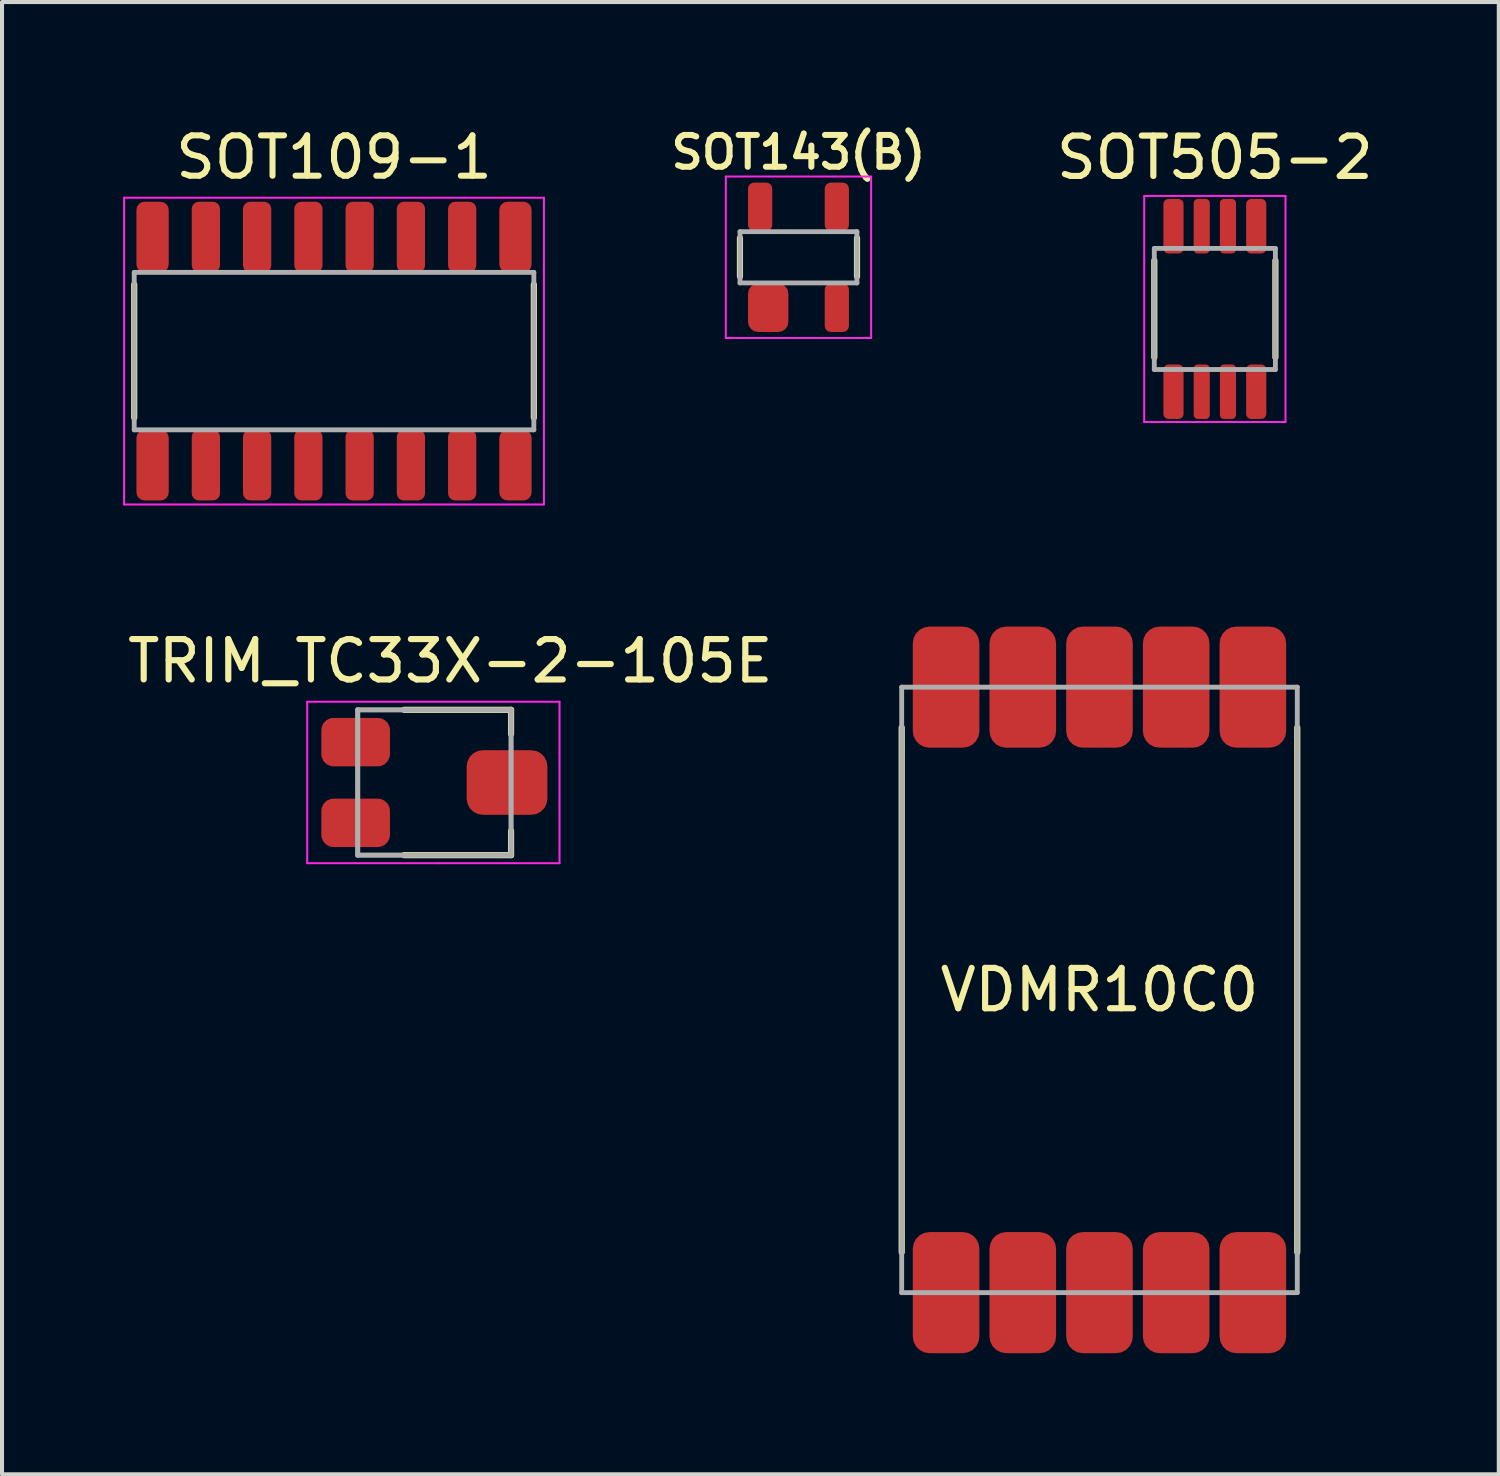
<source format=kicad_pcb>
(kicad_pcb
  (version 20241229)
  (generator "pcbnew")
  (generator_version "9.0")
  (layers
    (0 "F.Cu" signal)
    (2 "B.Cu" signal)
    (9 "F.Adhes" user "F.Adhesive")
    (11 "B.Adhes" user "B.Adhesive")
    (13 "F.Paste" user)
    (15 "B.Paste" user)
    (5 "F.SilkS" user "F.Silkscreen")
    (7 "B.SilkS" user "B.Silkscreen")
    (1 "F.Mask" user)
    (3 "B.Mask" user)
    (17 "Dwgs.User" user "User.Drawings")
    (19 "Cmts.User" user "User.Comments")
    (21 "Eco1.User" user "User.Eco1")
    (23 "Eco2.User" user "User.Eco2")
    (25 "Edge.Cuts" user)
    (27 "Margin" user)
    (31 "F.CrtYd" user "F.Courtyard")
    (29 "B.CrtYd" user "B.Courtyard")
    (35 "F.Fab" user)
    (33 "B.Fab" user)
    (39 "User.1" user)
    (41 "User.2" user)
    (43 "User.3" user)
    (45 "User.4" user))
  (footprint "TRIM_TC33X-2-105E"
    (layer "F.Cu")
    (at 7.811 16.335)
    (property "Reference" "TRIM_TC33X-2-105E" (at 0.294 -3.008 0) (layer "F.SilkS") (effects (font (size 1 1) (thickness 0.153))))
    (attr through_hole)
    (fp_line (start -0.85 -1.8) (end 1.8 -1.8) (stroke (width 0.153) (type solid)) (layer "F.SilkS"))
    (fp_line (start -0.85 1.8) (end 1.8 1.8) (stroke (width 0.153) (type solid)) (layer "F.SilkS"))
    (fp_line (start 1.8 -1.8) (end 1.8 -1.2) (stroke (width 0.153) (type solid)) (layer "F.SilkS"))
    (fp_line (start 1.8 1.8) (end 1.8 1.2) (stroke (width 0.153) (type solid)) (layer "F.SilkS"))
    (fp_line (start -3.25 -2) (end -3.25 2) (stroke (width 0.05) (type solid)) (layer "F.CrtYd"))
    (fp_line (start -3.25 2) (end 0 2) (stroke (width 0.05) (type solid)) (layer "F.CrtYd"))
    (fp_line (start 0 2) (end 3 2) (stroke (width 0.05) (type solid)) (layer "F.CrtYd"))
    (fp_line (start 3 -2) (end -3.25 -2) (stroke (width 0.05) (type solid)) (layer "F.CrtYd"))
    (fp_line (start 3 2) (end 3 -2) (stroke (width 0.05) (type solid)) (layer "F.CrtYd"))
    (fp_line (start -2 -1.8) (end 1.8 -1.8) (stroke (width 0.127) (type solid)) (layer "F.Fab"))
    (fp_line (start -2 1.8) (end -2 -1.8) (stroke (width 0.127) (type solid)) (layer "F.Fab"))
    (fp_line (start 1.8 -1.8) (end 1.8 1.8) (stroke (width 0.127) (type solid)) (layer "F.Fab"))
    (fp_line (start 1.8 1.8) (end -2 1.8) (stroke (width 0.127) (type solid)) (layer "F.Fab"))
    (pad "1" smd roundrect (at -2.05 -1) (size 1.7 1.2) (layers "F.Cu" "F.Mask" "F.Paste") (roundrect_rratio 0.25))
    (pad "2" smd roundrect (at 1.7 0 180) (size 2 1.6) (layers "F.Cu" "F.Mask" "F.Paste") (roundrect_rratio 0.25))
    (pad "3" smd roundrect (at -2.05 1) (size 1.7 1.2) (layers "F.Cu" "F.Mask" "F.Paste") (roundrect_rratio 0.25)))
  (footprint "SOT143(B)"
    (layer "F.Cu")
    (at 16.731 3.324)
    (property "Reference" "SOT143(B)" (at 0 -2.6 0) (layer "F.SilkS") (effects (font (size 0.788 0.788) (thickness 0.15))))
    (attr through_hole)
    (fp_line (start -1.45 -0.475) (end -1.45 0.475) (stroke (width 0.153) (type solid)) (layer "F.SilkS"))
    (fp_line (start 1.45 -0.475) (end 1.45 0.475) (stroke (width 0.153) (type solid)) (layer "F.SilkS"))
    (fp_line (start -1.8 -2) (end -1.8 2) (stroke (width 0.05) (type solid)) (layer "F.CrtYd"))
    (fp_line (start -1.8 2) (end -1.6 2) (stroke (width 0.05) (type solid)) (layer "F.CrtYd"))
    (fp_line (start -1.6 2) (end 1.8 2) (stroke (width 0.05) (type solid)) (layer "F.CrtYd"))
    (fp_line (start 1.8 -2) (end -1.8 -2) (stroke (width 0.05) (type solid)) (layer "F.CrtYd"))
    (fp_line (start 1.8 2) (end 1.8 -2) (stroke (width 0.05) (type solid)) (layer "F.CrtYd"))
    (fp_line (start -1.448 -0.635) (end 1.448 -0.635) (stroke (width 0.12) (type solid)) (layer "F.Fab"))
    (fp_line (start -1.448 0.635) (end -1.448 -0.635) (stroke (width 0.12) (type solid)) (layer "F.Fab"))
    (fp_line (start -1.448 0.635) (end 1.448 0.635) (stroke (width 0.12) (type solid)) (layer "F.Fab"))
    (fp_line (start 1.448 0.635) (end 1.448 -0.635) (stroke (width 0.12) (type solid)) (layer "F.Fab"))
    (pad "1" smd roundrect (at -0.75 1.25) (size 1 1.2) (layers "F.Cu" "F.Mask" "F.Paste") (roundrect_rratio 0.25))
    (pad "2" smd roundrect (at 0.95 1.25) (size 0.6 1.2) (layers "F.Cu" "F.Mask" "F.Paste") (roundrect_rratio 0.25))
    (pad "3" smd roundrect (at 0.95 -1.25) (size 0.6 1.2) (layers "F.Cu" "F.Mask" "F.Paste") (roundrect_rratio 0.25))
    (pad "4" smd roundrect (at -0.95 -1.25) (size 0.6 1.2) (layers "F.Cu" "F.Mask" "F.Paste") (roundrect_rratio 0.25)))
  (footprint "VDMR10C0"
    (layer "F.Cu")
    (at 24.188 21.473)
    (property "Reference" "VDMR10C0" (at 0 0 0) (layer "F.SilkS") (effects (font (size 1 1) (thickness 0.153))))
    (attr through_hole)
    (fp_line (start -4.9 -6.5) (end -4.9 6.5) (stroke (width 0.153) (type solid)) (layer "F.SilkS"))
    (fp_line (start 4.9 -6.5) (end 4.9 6.5) (stroke (width 0.153) (type solid)) (layer "F.SilkS"))
    (fp_line (start -4.9 -7.5) (end -4.9 7.5) (stroke (width 0.12) (type solid)) (layer "F.Fab"))
    (fp_line (start -4.9 -7.5) (end 4.9 -7.5) (stroke (width 0.12) (type solid)) (layer "F.Fab"))
    (fp_line (start 4.9 -7.5) (end 4.9 7.5) (stroke (width 0.12) (type solid)) (layer "F.Fab"))
    (fp_line (start 4.9 7.5) (end -4.9 7.5) (stroke (width 0.12) (type solid)) (layer "F.Fab"))
    (pad "1" smd roundrect (at -3.8 7.5) (size 1.65 3) (layers "F.Cu" "F.Mask" "F.Paste") (roundrect_rratio 0.25))
    (pad "2" smd roundrect (at -1.9 7.5) (size 1.65 3) (layers "F.Cu" "F.Mask" "F.Paste") (roundrect_rratio 0.25))
    (pad "3" smd roundrect (at 0 7.5) (size 1.65 3) (layers "F.Cu" "F.Mask" "F.Paste") (roundrect_rratio 0.25))
    (pad "4" smd roundrect (at 1.9 7.5) (size 1.65 3) (layers "F.Cu" "F.Mask" "F.Paste") (roundrect_rratio 0.25))
    (pad "5" smd roundrect (at 3.8 7.5) (size 1.65 3) (layers "F.Cu" "F.Mask" "F.Paste") (roundrect_rratio 0.25))
    (pad "6" smd roundrect (at 3.8 -7.5) (size 1.65 3) (layers "F.Cu" "F.Mask" "F.Paste") (roundrect_rratio 0.25))
    (pad "7" smd roundrect (at 1.9 -7.5) (size 1.65 3) (layers "F.Cu" "F.Mask" "F.Paste") (roundrect_rratio 0.25))
    (pad "8" smd roundrect (at 0 -7.5) (size 1.65 3) (layers "F.Cu" "F.Mask" "F.Paste") (roundrect_rratio 0.25))
    (pad "9" smd roundrect (at -1.9 -7.5) (size 1.65 3) (layers "F.Cu" "F.Mask" "F.Paste") (roundrect_rratio 0.25))
    (pad "10" smd roundrect (at -3.8 -7.5) (size 1.65 3) (layers "F.Cu" "F.Mask" "F.Paste") (roundrect_rratio 0.25)))
  (footprint "SOT505-2"
    (layer "F.Cu")
    (at 27.046 4.604)
    (property "Reference" "SOT505-2" (at 0 -3.75 0) (layer "F.SilkS") (effects (font (size 1 1) (thickness 0.153))))
    (attr through_hole)
    (fp_line (start -1.5 -1.2) (end -1.5 1.2) (stroke (width 0.153) (type solid)) (layer "F.SilkS"))
    (fp_line (start 1.5 -1.2) (end 1.5 1.2) (stroke (width 0.153) (type solid)) (layer "F.SilkS"))
    (fp_line (start -1.75 -2.8) (end -1.75 2.8) (stroke (width 0.05) (type solid)) (layer "F.CrtYd"))
    (fp_line (start -1.75 -2.8) (end 1.75 -2.8) (stroke (width 0.05) (type solid)) (layer "F.CrtYd"))
    (fp_line (start 1.75 2.8) (end -1.75 2.8) (stroke (width 0.05) (type solid)) (layer "F.CrtYd"))
    (fp_line (start 1.75 2.8) (end 1.75 -2.8) (stroke (width 0.05) (type solid)) (layer "F.CrtYd"))
    (fp_line (start -1.5 -1.5) (end -1.5 1.5) (stroke (width 0.12) (type solid)) (layer "F.Fab"))
    (fp_line (start -1.5 1.5) (end 1.5 1.5) (stroke (width 0.12) (type solid)) (layer "F.Fab"))
    (fp_line (start 1.5 -1.5) (end -1.5 -1.5) (stroke (width 0.12) (type solid)) (layer "F.Fab"))
    (fp_line (start 1.5 1.5) (end 1.5 -1.5) (stroke (width 0.12) (type solid)) (layer "F.Fab"))
    (pad "1" smd roundrect (at -1.025 2.05 180) (size 0.5 1.35) (layers "F.Cu" "F.Mask" "F.Paste") (roundrect_rratio 0.25))
    (pad "2" smd roundrect (at -0.325 2.05 180) (size 0.4 1.35) (layers "F.Cu" "F.Mask" "F.Paste") (roundrect_rratio 0.25))
    (pad "3" smd roundrect (at 0.325 2.05 180) (size 0.4 1.35) (layers "F.Cu" "F.Mask" "F.Paste") (roundrect_rratio 0.25))
    (pad "4" smd roundrect (at 1.025 2.05 180) (size 0.5 1.35) (layers "F.Cu" "F.Mask" "F.Paste") (roundrect_rratio 0.25))
    (pad "5" smd roundrect (at 1.025 -2.05 180) (size 0.5 1.35) (layers "F.Cu" "F.Mask" "F.Paste") (roundrect_rratio 0.25))
    (pad "6" smd roundrect (at 0.325 -2.05 180) (size 0.4 1.35) (layers "F.Cu" "F.Mask" "F.Paste") (roundrect_rratio 0.25))
    (pad "7" smd roundrect (at -0.325 -2.05 180) (size 0.4 1.35) (layers "F.Cu" "F.Mask" "F.Paste") (roundrect_rratio 0.25))
    (pad "8" smd roundrect (at -1.025 -2.05 180) (size 0.5 1.35) (layers "F.Cu" "F.Mask" "F.Paste") (roundrect_rratio 0.25)))
  (footprint "SOT109-1"
    (layer "F.Cu")
    (at 5.225 5.648)
    (property "Reference" "SOT109-1" (at 0 -4.8 0) (layer "F.SilkS") (effects (font (size 1 1) (thickness 0.15))))
    (attr through_hole)
    (fp_line (start -4.95 -1.65) (end -4.95 1.65) (stroke (width 0.153) (type solid)) (layer "F.SilkS"))
    (fp_line (start 4.95 1.65) (end 4.95 -1.65) (stroke (width 0.153) (type solid)) (layer "F.SilkS"))
    (fp_line (start -5.2 -3.8) (end 5.2 -3.8) (stroke (width 0.05) (type solid)) (layer "F.CrtYd"))
    (fp_line (start -5.2 3.8) (end -5.2 -3.8) (stroke (width 0.05) (type solid)) (layer "F.CrtYd"))
    (fp_line (start 5.2 -3.8) (end 5.2 3.8) (stroke (width 0.05) (type solid)) (layer "F.CrtYd"))
    (fp_line (start 5.2 3.8) (end -5.2 3.8) (stroke (width 0.05) (type solid)) (layer "F.CrtYd"))
    (fp_line (start -4.95 -1.95) (end -4.95 1.95) (stroke (width 0.12) (type solid)) (layer "F.Fab"))
    (fp_line (start -4.95 1.95) (end 4.95 1.95) (stroke (width 0.12) (type solid)) (layer "F.Fab"))
    (fp_line (start 4.95 -1.95) (end -4.95 -1.95) (stroke (width 0.12) (type solid)) (layer "F.Fab"))
    (fp_line (start 4.95 1.95) (end 4.95 -1.95) (stroke (width 0.12) (type solid)) (layer "F.Fab"))
    (pad "1" smd roundrect (at -4.495 2.825 180) (size 0.8 1.75) (layers "F.Cu" "F.Mask" "F.Paste") (roundrect_rratio 0.25))
    (pad "2" smd roundrect (at -3.175 2.825 180) (size 0.7 1.75) (layers "F.Cu" "F.Mask" "F.Paste") (roundrect_rratio 0.25))
    (pad "3" smd roundrect (at -1.905 2.825 180) (size 0.7 1.75) (layers "F.Cu" "F.Mask" "F.Paste") (roundrect_rratio 0.25))
    (pad "4" smd roundrect (at -0.635 2.825 180) (size 0.7 1.75) (layers "F.Cu" "F.Mask" "F.Paste") (roundrect_rratio 0.25))
    (pad "5" smd roundrect (at 0.635 2.825 180) (size 0.7 1.75) (layers "F.Cu" "F.Mask" "F.Paste") (roundrect_rratio 0.25))
    (pad "6" smd roundrect (at 1.905 2.825 180) (size 0.7 1.75) (layers "F.Cu" "F.Mask" "F.Paste") (roundrect_rratio 0.25))
    (pad "7" smd roundrect (at 3.175 2.825 180) (size 0.7 1.75) (layers "F.Cu" "F.Mask" "F.Paste") (roundrect_rratio 0.25))
    (pad "8" smd roundrect (at 4.495 2.825 180) (size 0.8 1.75) (layers "F.Cu" "F.Mask" "F.Paste") (roundrect_rratio 0.25))
    (pad "9" smd roundrect (at 4.495 -2.825 180) (size 0.8 1.75) (layers "F.Cu" "F.Mask" "F.Paste") (roundrect_rratio 0.25))
    (pad "10" smd roundrect (at 3.175 -2.825 180) (size 0.7 1.75) (layers "F.Cu" "F.Mask" "F.Paste") (roundrect_rratio 0.25))
    (pad "11" smd roundrect (at 1.905 -2.825 180) (size 0.7 1.75) (layers "F.Cu" "F.Mask" "F.Paste") (roundrect_rratio 0.25))
    (pad "12" smd roundrect (at 0.635 -2.825 180) (size 0.7 1.75) (layers "F.Cu" "F.Mask" "F.Paste") (roundrect_rratio 0.25))
    (pad "13" smd roundrect (at -0.635 -2.825 180) (size 0.7 1.75) (layers "F.Cu" "F.Mask" "F.Paste") (roundrect_rratio 0.25))
    (pad "14" smd roundrect (at -1.905 -2.825 180) (size 0.7 1.75) (layers "F.Cu" "F.Mask" "F.Paste") (roundrect_rratio 0.25))
    (pad "15" smd roundrect (at -3.175 -2.825 180) (size 0.7 1.75) (layers "F.Cu" "F.Mask" "F.Paste") (roundrect_rratio 0.25))
    (pad "16" smd roundrect (at -4.495 -2.825 180) (size 0.8 1.75) (layers "F.Cu" "F.Mask" "F.Paste") (roundrect_rratio 0.25)))
  (gr_rect
    (start -3 -3)
    (end 34.08 33.473)
    (stroke (width 0.1) (type default))
    (fill no)
    (layer "Edge.Cuts")))
</source>
